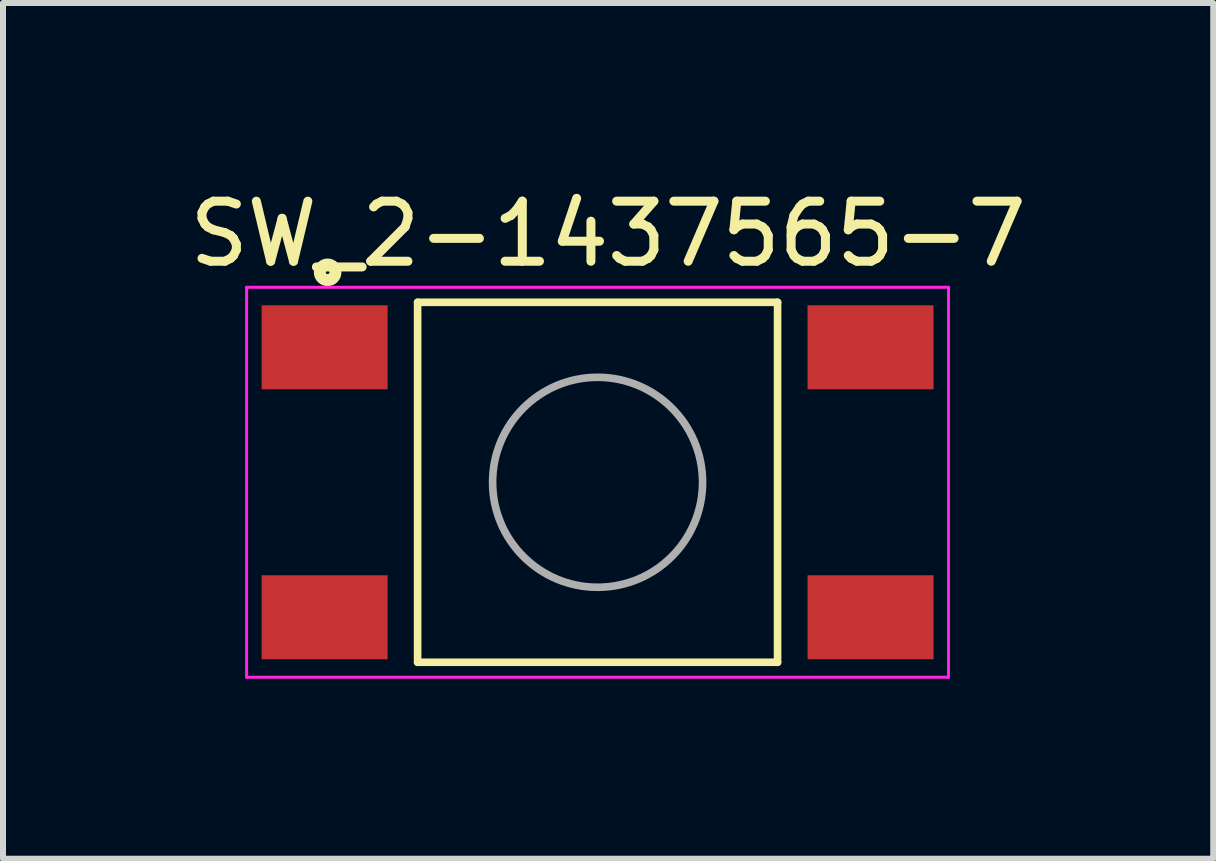
<source format=kicad_pcb>
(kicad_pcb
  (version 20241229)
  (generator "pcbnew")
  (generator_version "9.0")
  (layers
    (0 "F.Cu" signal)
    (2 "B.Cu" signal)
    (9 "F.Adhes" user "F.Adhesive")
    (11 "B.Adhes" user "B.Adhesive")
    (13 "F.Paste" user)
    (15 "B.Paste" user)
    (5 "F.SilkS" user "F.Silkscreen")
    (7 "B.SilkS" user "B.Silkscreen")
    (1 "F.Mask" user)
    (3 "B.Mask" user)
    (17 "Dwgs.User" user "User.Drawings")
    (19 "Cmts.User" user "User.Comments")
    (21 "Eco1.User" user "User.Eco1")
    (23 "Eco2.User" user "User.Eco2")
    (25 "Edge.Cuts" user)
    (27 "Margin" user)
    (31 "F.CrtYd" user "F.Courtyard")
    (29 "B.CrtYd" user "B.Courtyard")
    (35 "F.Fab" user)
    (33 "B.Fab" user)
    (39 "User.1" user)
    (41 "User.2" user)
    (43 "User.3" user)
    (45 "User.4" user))
  (footprint "SW_2-1437565-7"
    (layer "F.Cu")
    (at 6.911 4.989)
    (property "Reference" "SW_2-1437565-7" (at 0.175 -4.14 0) (layer "F.SilkS") (effects (font (size 1.001 1.001) (thickness 0.15))))
    (attr through_hole)
    (fp_line (start -3 -3) (end 3 -3) (stroke (width 0.127) (type solid)) (layer "F.SilkS"))
    (fp_line (start -3 3) (end -3 -3) (stroke (width 0.127) (type solid)) (layer "F.SilkS"))
    (fp_line (start 3 -3) (end 3 3) (stroke (width 0.127) (type solid)) (layer "F.SilkS"))
    (fp_line (start 3 3) (end -3 3) (stroke (width 0.127) (type solid)) (layer "F.SilkS"))
    (fp_circle (center -4.5 -3.5) (end -4.37 -3.5) (stroke (width 0.2) (type solid)) (fill no) (layer "F.SilkS"))
    (fp_line (start -5.85 -3.25) (end 5.85 -3.25) (stroke (width 0.05) (type solid)) (layer "F.CrtYd"))
    (fp_line (start -5.85 3.25) (end -5.85 -3.25) (stroke (width 0.05) (type solid)) (layer "F.CrtYd"))
    (fp_line (start 5.85 -3.25) (end 5.85 3.25) (stroke (width 0.05) (type solid)) (layer "F.CrtYd"))
    (fp_line (start 5.85 3.25) (end -5.85 3.25) (stroke (width 0.05) (type solid)) (layer "F.CrtYd"))
    (fp_circle (center 0 0) (end 1.75 0) (stroke (width 0.127) (type solid)) (fill no) (layer "F.Fab"))
    (pad "1" smd rect (at -4.55 -2.25 90) (size 1.4 2.1) (layers "F.Cu" "F.Mask" "F.Paste"))
    (pad "2" smd rect (at 4.55 -2.25 90) (size 1.4 2.1) (layers "F.Cu" "F.Mask" "F.Paste"))
    (pad "3" smd rect (at -4.55 2.25 90) (size 1.4 2.1) (layers "F.Cu" "F.Mask" "F.Paste"))
    (pad "4" smd rect (at 4.55 2.25 90) (size 1.4 2.1) (layers "F.Cu" "F.Mask" "F.Paste")))
  (gr_rect
    (start -3 -3)
    (end 17.173 11.264)
    (stroke (width 0.1) (type default))
    (fill no)
    (layer "Edge.Cuts")))
</source>
